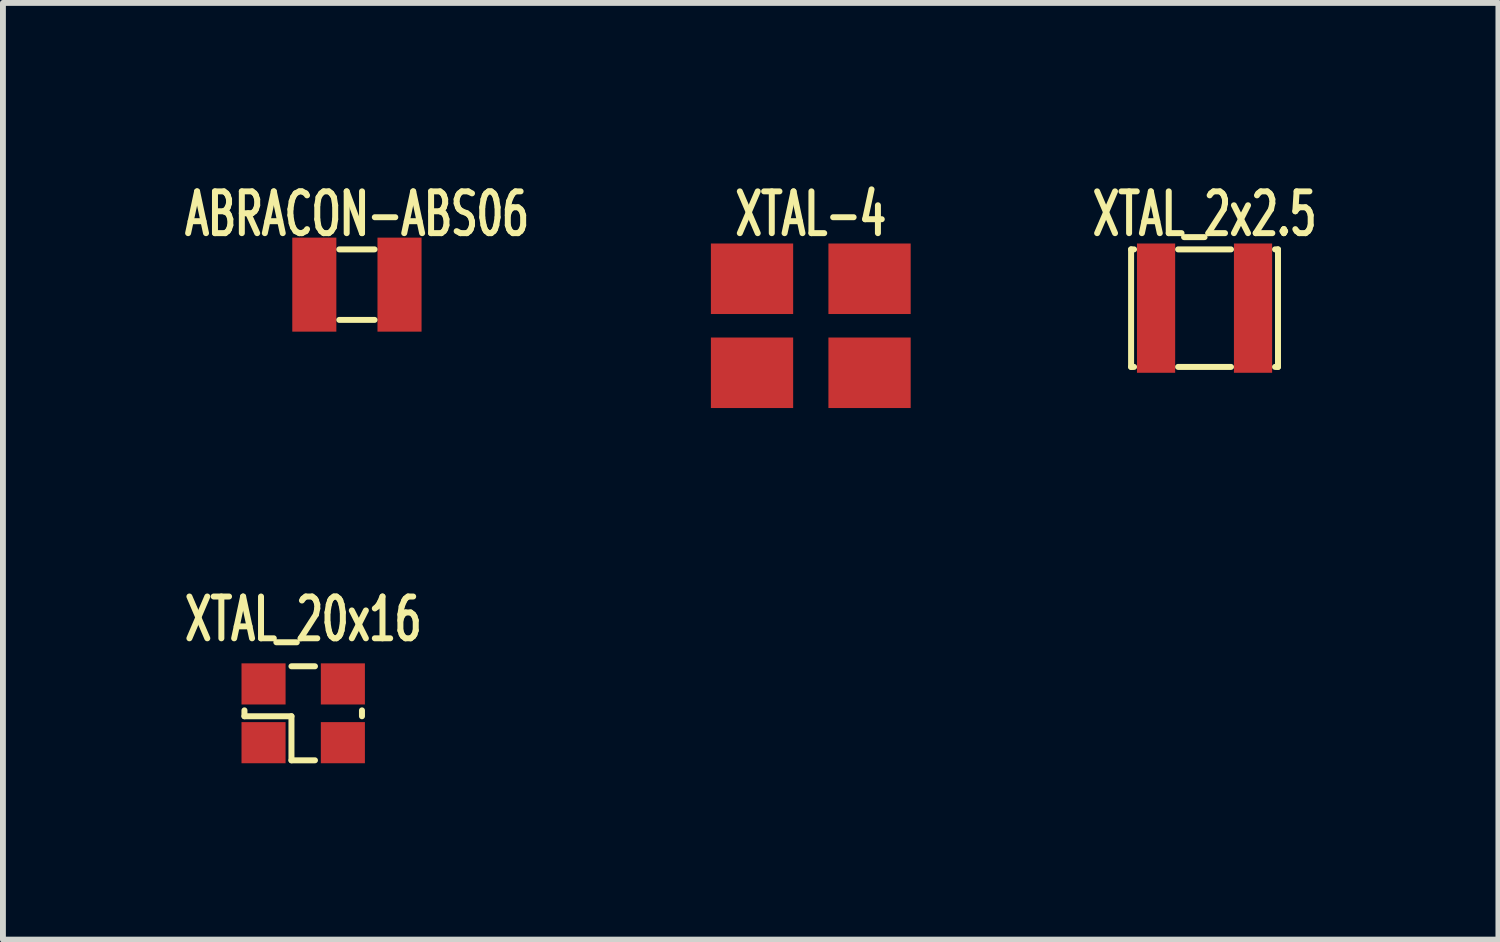
<source format=kicad_pcb>
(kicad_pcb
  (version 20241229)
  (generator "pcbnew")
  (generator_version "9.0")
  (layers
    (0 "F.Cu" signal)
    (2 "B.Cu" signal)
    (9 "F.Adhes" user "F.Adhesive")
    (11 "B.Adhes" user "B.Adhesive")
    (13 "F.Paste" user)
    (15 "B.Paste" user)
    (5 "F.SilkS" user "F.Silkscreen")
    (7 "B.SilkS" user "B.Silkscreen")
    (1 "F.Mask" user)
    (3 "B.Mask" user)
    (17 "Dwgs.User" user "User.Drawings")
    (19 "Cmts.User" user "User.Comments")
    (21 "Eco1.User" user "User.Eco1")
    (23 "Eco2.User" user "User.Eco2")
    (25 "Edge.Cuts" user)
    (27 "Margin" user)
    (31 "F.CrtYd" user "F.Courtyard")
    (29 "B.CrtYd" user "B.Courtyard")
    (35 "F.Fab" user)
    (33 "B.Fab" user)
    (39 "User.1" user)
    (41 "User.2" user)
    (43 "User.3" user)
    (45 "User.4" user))
  (footprint "ABRACON-ABS06"
    (layer "F.Cu")
    (at 3.024 1.794)
    (property "Reference" "ABRACON-ABS06" (at 0 -1.2 0) (layer "F.SilkS") (effects (font (size 0.711 0.457) (thickness 0.102))))
    (attr through_hole)
    (fp_line (start -0.3 -0.6) (end 0.3 -0.6) (stroke (width 0.102) (type solid)) (layer "F.SilkS"))
    (fp_line (start 0.3 0.6) (end -0.3 0.6) (stroke (width 0.102) (type solid)) (layer "F.SilkS"))
    (pad "1" smd rect (at -0.725 0) (size 0.75 1.6) (layers "F.Cu" "F.Mask" "F.Paste"))
    (pad "2" smd rect (at 0.725 0) (size 0.75 1.6) (layers "F.Cu" "F.Mask" "F.Paste")))
  (footprint "XTAL_2x2.5"
    (layer "F.Cu")
    (at 17.449 2.194)
    (property "Reference" "XTAL_2x2.5" (at 0 -1.6 0) (layer "F.SilkS") (effects (font (size 0.711 0.457) (thickness 0.102))))
    (attr through_hole)
    (fp_line (start -1.25 -1) (end -1.25 1) (stroke (width 0.102) (type solid)) (layer "F.SilkS"))
    (fp_line (start -1.25 -1) (end -1.2 -1) (stroke (width 0.102) (type solid)) (layer "F.SilkS"))
    (fp_line (start -1.25 1) (end -1.2 1) (stroke (width 0.102) (type solid)) (layer "F.SilkS"))
    (fp_line (start -0.45 1) (end 0.45 1) (stroke (width 0.102) (type solid)) (layer "F.SilkS"))
    (fp_line (start 0.45 -1) (end -0.45 -1) (stroke (width 0.102) (type solid)) (layer "F.SilkS"))
    (fp_line (start 1.2 1) (end 1.25 1) (stroke (width 0.102) (type solid)) (layer "F.SilkS"))
    (fp_line (start 1.25 -1) (end 1.2 -1) (stroke (width 0.102) (type solid)) (layer "F.SilkS"))
    (fp_line (start 1.25 1) (end 1.25 -1) (stroke (width 0.102) (type solid)) (layer "F.SilkS"))
    (pad "1" smd rect (at -0.825 0) (size 0.65 2.2) (layers "F.Cu" "F.Mask" "F.Paste"))
    (pad "2" smd rect (at 0.825 0) (size 0.65 2.2) (layers "F.Cu" "F.Mask" "F.Paste")))
  (footprint "XTAL-4"
    (layer "F.Cu")
    (at 10.748 2.494)
    (property "Reference" "XTAL-4" (at 0 -1.9 0) (layer "F.SilkS") (effects (font (size 0.711 0.457) (thickness 0.102))))
    (attr through_hole)
    (pad "1" smd rect (at -1 0.8) (size 1.4 1.2) (layers "F.Cu" "F.Mask" "F.Paste"))
    (pad "2" smd rect (at 1 0.8) (size 1.4 1.2) (layers "F.Cu" "F.Mask" "F.Paste"))
    (pad "3" smd rect (at 1 -0.8) (size 1.4 1.2) (layers "F.Cu" "F.Mask" "F.Paste"))
    (pad "4" smd rect (at -1 -0.8) (size 1.4 1.2) (layers "F.Cu" "F.Mask" "F.Paste")))
  (footprint "XTAL_20x16"
    (layer "F.Cu")
    (at 2.11 9.089)
    (property "Reference" "XTAL_20x16" (at 0 -1.6 0) (layer "F.SilkS") (effects (font (size 0.711 0.457) (thickness 0.102))))
    (attr through_hole)
    (fp_line (start -1 -0.05) (end -1 0.05) (stroke (width 0.102) (type solid)) (layer "F.SilkS"))
    (fp_line (start -1 0.05) (end -0.2 0.05) (stroke (width 0.102) (type solid)) (layer "F.SilkS"))
    (fp_line (start -0.2 -0.8) (end 0.2 -0.8) (stroke (width 0.102) (type solid)) (layer "F.SilkS"))
    (fp_line (start -0.2 0.05) (end -0.2 0.8) (stroke (width 0.102) (type solid)) (layer "F.SilkS"))
    (fp_line (start -0.2 0.8) (end 0.2 0.8) (stroke (width 0.102) (type solid)) (layer "F.SilkS"))
    (fp_line (start 1 -0.05) (end 1 0.05) (stroke (width 0.102) (type solid)) (layer "F.SilkS"))
    (pad "1" smd rect (at -0.675 0.5) (size 0.75 0.7) (layers "F.Cu" "F.Mask" "F.Paste"))
    (pad "2" smd rect (at 0.675 0.5) (size 0.75 0.7) (layers "F.Cu" "F.Mask" "F.Paste"))
    (pad "3" smd rect (at 0.675 -0.5) (size 0.75 0.7) (layers "F.Cu" "F.Mask" "F.Paste"))
    (pad "4" smd rect (at -0.675 -0.5) (size 0.75 0.7) (layers "F.Cu" "F.Mask" "F.Paste")))
  (gr_rect
    (start -3 -3)
    (end 22.45 12.94)
    (stroke (width 0.1) (type default))
    (fill no)
    (layer "Edge.Cuts")))
</source>
